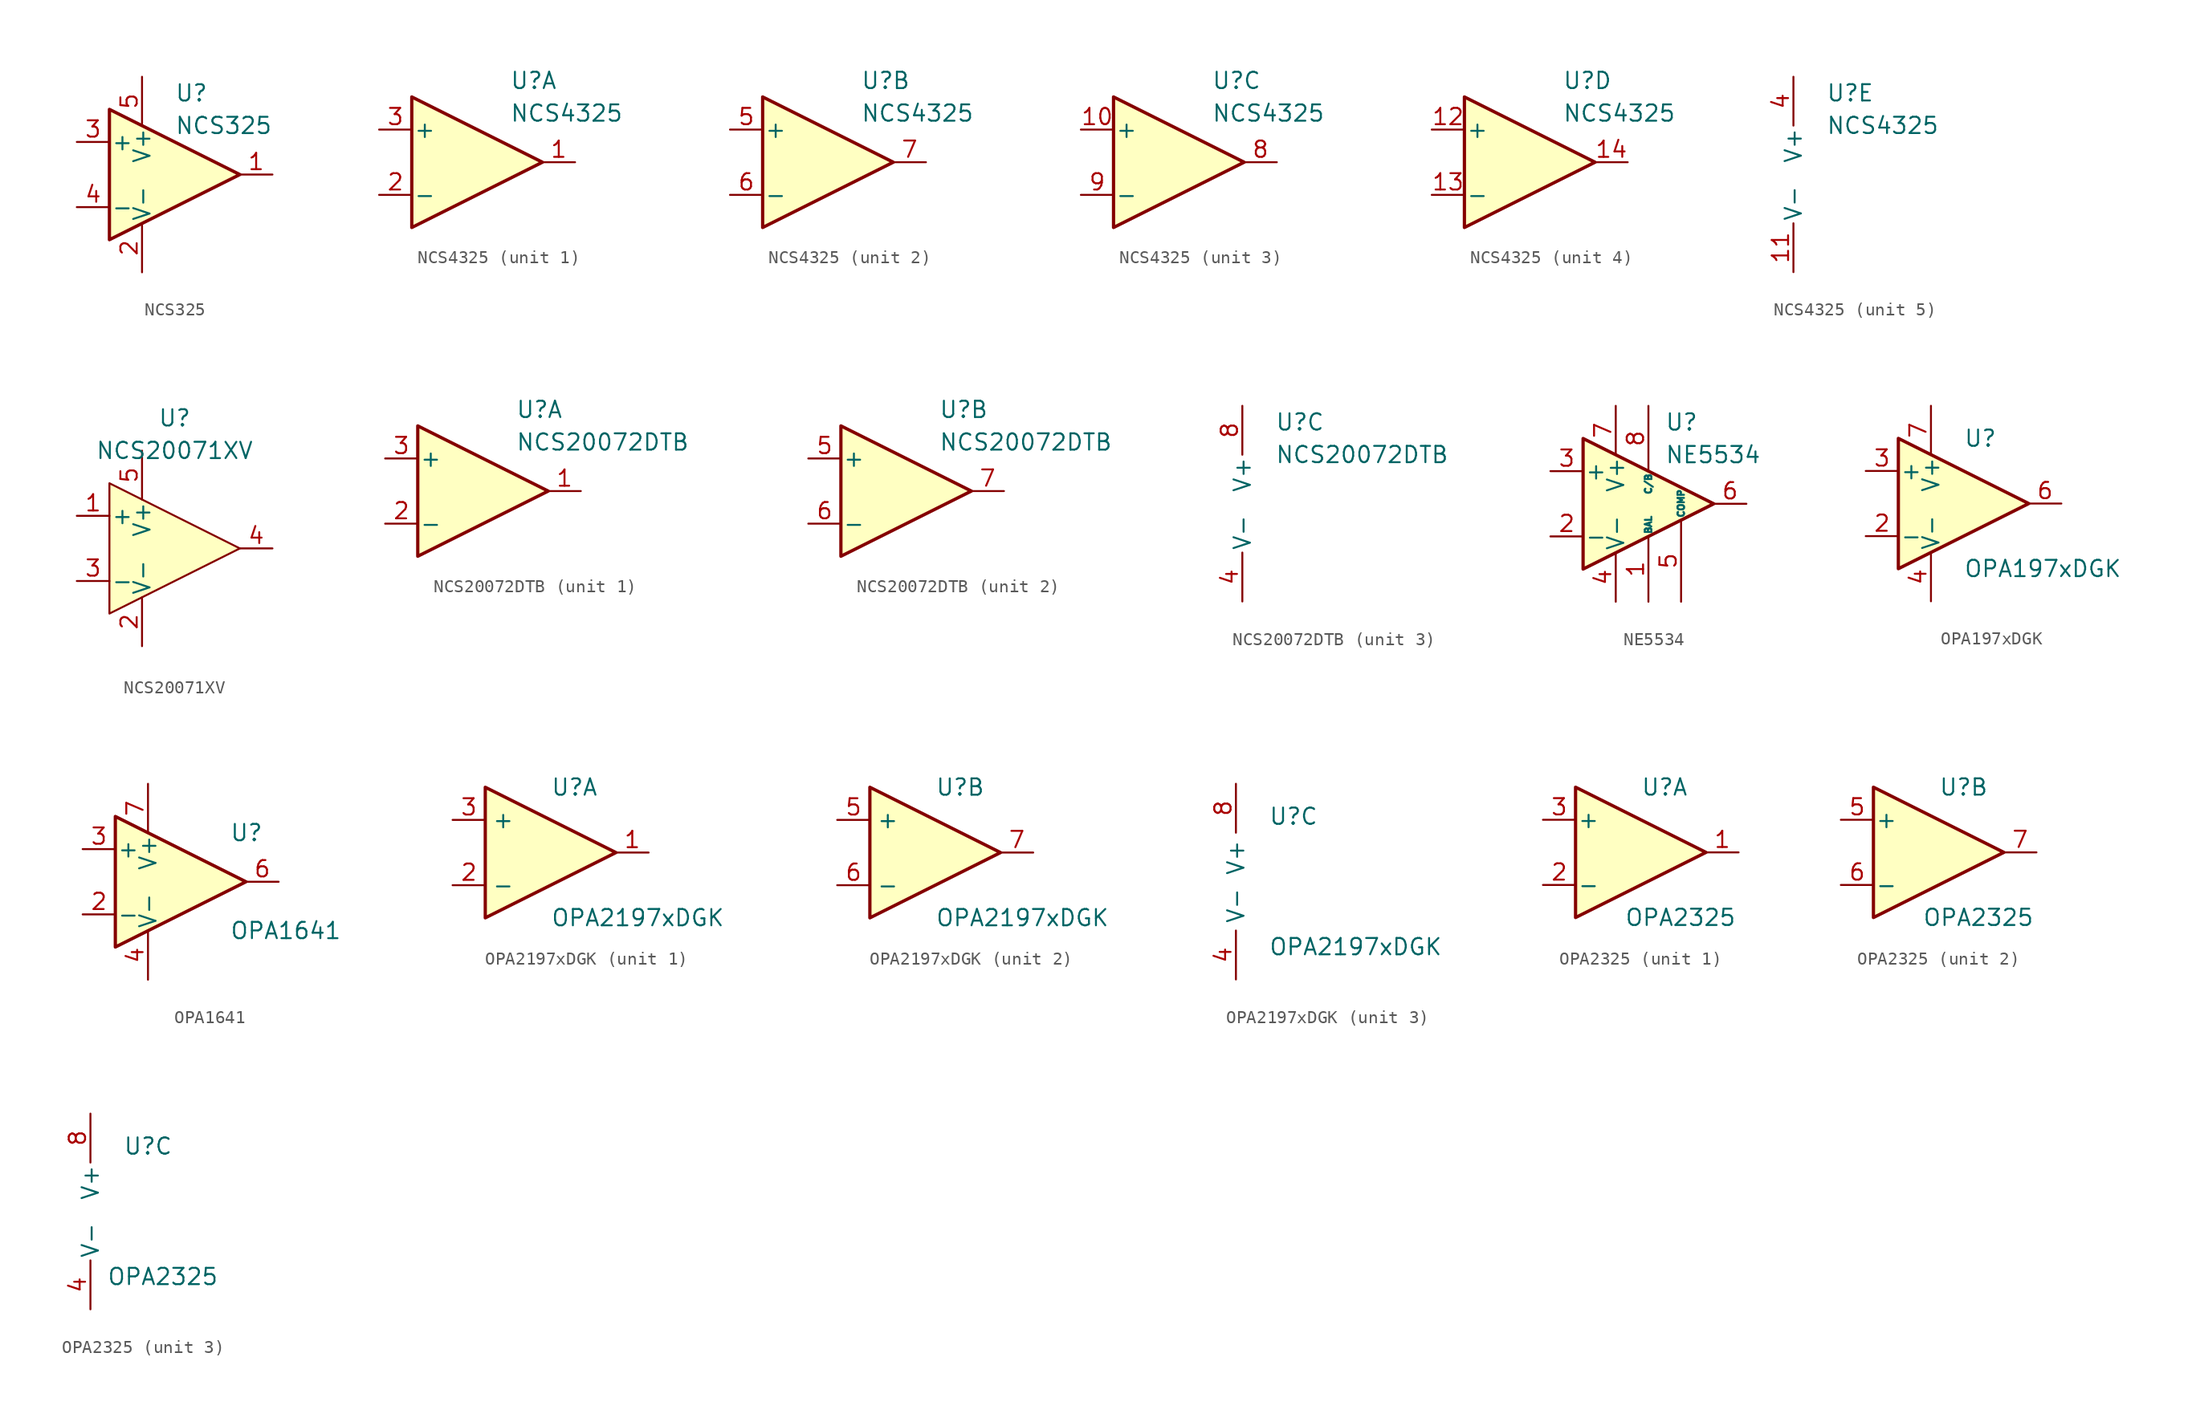
<source format=kicad_sym>
(kicad_symbol_lib
  (version 20211014)
  (generator kicad_symbol_editor)
  (symbol "NCS325"
    (pin_names
      (offset 0.127))
    (property "Reference" "U"
      (at 0 6.35 0)
      (effects (font (size 1.27 1.27)) (justify left)))
    (property "Value" "NCS325"
      (at 0 3.81 0)
      (effects (font (size 1.27 1.27)) (justify left)))
    (symbol "NCS325_0_1"
      (polyline (pts (xy -5.08 5.08) (xy 5.08 0) (xy -5.08 -5.08) (xy -5.08 5.08)) (stroke (width 0.254) (type default) (color 0 0 0 0)) (fill (type background))))
    (symbol "NCS325_1_1"
      (pin output line (at 7.62 0 180) (length 2.54) (name "~" (effects (font (size 1.27 1.27)))) (number "1" (effects (font (size 1.27 1.27)))))
      (pin power_in line (at -2.54 -7.62 90) (length 3.81) (name "V-" (effects (font (size 1.27 1.27)))) (number "2" (effects (font (size 1.27 1.27)))))
      (pin input line (at -7.62 2.54 0) (length 2.54) (name "+" (effects (font (size 1.27 1.27)))) (number "3" (effects (font (size 1.27 1.27)))))
      (pin input line (at -7.62 -2.54 0) (length 2.54) (name "-" (effects (font (size 1.27 1.27)))) (number "4" (effects (font (size 1.27 1.27)))))
      (pin power_in line (at -2.54 7.62 270) (length 3.81) (name "V+" (effects (font (size 1.27 1.27)))) (number "5" (effects (font (size 1.27 1.27)))))))
  (symbol "NCS4325"
    (pin_names
      (offset 0.127))
    (property "Reference" "U"
      (at 2.54 6.35 0)
      (effects (font (size 1.27 1.27)) (justify left)))
    (property "Value" "NCS4325"
      (at 2.54 3.81 0)
      (effects (font (size 1.27 1.27)) (justify left)))
    (property "ki_locked" ""
      (at 0 0 0)
      (effects (font (size 1.27 1.27))))
    (symbol "NCS4325_1_1"
      (polyline (pts (xy 5.08 0) (xy -5.08 5.08) (xy -5.08 -5.08) (xy 5.08 0)) (stroke (width 0.254) (type default) (color 0 0 0 0)) (fill (type background)))
      (pin output line (at 7.62 0 180) (length 2.54) (name "~" (effects (font (size 1.27 1.27)))) (number "1" (effects (font (size 1.27 1.27)))))
      (pin input line (at -7.62 -2.54 0) (length 2.54) (name "-" (effects (font (size 1.27 1.27)))) (number "2" (effects (font (size 1.27 1.27)))))
      (pin input line (at -7.62 2.54 0) (length 2.54) (name "+" (effects (font (size 1.27 1.27)))) (number "3" (effects (font (size 1.27 1.27))))))
    (symbol "NCS4325_2_1"
      (polyline (pts (xy -5.08 5.08) (xy -5.08 -5.08) (xy 5.08 0) (xy -5.08 5.08)) (stroke (width 0.254) (type default) (color 0 0 0 0)) (fill (type background)))
      (pin input line (at -7.62 2.54 0) (length 2.54) (name "+" (effects (font (size 1.27 1.27)))) (number "5" (effects (font (size 1.27 1.27)))))
      (pin input line (at -7.62 -2.54 0) (length 2.54) (name "-" (effects (font (size 1.27 1.27)))) (number "6" (effects (font (size 1.27 1.27)))))
      (pin output line (at 7.62 0 180) (length 2.54) (name "~" (effects (font (size 1.27 1.27)))) (number "7" (effects (font (size 1.27 1.27))))))
    (symbol "NCS4325_3_1"
      (polyline (pts (xy 5.08 0) (xy -5.08 5.08) (xy -5.08 -5.08) (xy 5.08 0)) (stroke (width 0.254) (type default) (color 0 0 0 0)) (fill (type background)))
      (pin input line (at -7.62 2.54 0) (length 2.54) (name "+" (effects (font (size 1.27 1.27)))) (number "10" (effects (font (size 1.27 1.27)))))
      (pin output line (at 7.62 0 180) (length 2.54) (name "~" (effects (font (size 1.27 1.27)))) (number "8" (effects (font (size 1.27 1.27)))))
      (pin input line (at -7.62 -2.54 0) (length 2.54) (name "-" (effects (font (size 1.27 1.27)))) (number "9" (effects (font (size 1.27 1.27))))))
    (symbol "NCS4325_4_1"
      (polyline (pts (xy -5.08 5.08) (xy 5.08 0) (xy -5.08 -5.08) (xy -5.08 5.08)) (stroke (width 0.254) (type default) (color 0 0 0 0)) (fill (type background)))
      (pin input line (at -7.62 2.54 0) (length 2.54) (name "+" (effects (font (size 1.27 1.27)))) (number "12" (effects (font (size 1.27 1.27)))))
      (pin input line (at -7.62 -2.54 0) (length 2.54) (name "-" (effects (font (size 1.27 1.27)))) (number "13" (effects (font (size 1.27 1.27)))))
      (pin output line (at 7.62 0 180) (length 2.54) (name "~" (effects (font (size 1.27 1.27)))) (number "14" (effects (font (size 1.27 1.27))))))
    (symbol "NCS4325_5_1"
      (pin power_in line (at 0 -7.62 90) (length 3.81) (name "V-" (effects (font (size 1.27 1.27)))) (number "11" (effects (font (size 1.27 1.27)))))
      (pin power_in line (at 0 7.62 270) (length 3.81) (name "V+" (effects (font (size 1.27 1.27)))) (number "4" (effects (font (size 1.27 1.27)))))))
  (symbol "NCS20071XV"
    (pin_names
      (offset 0.127))
    (property "Reference" "U"
      (at 0 10.16 0)
      (effects (font (size 1.27 1.27))))
    (property "Value" "NCS20071XV"
      (at 0 7.62 0)
      (effects (font (size 1.27 1.27))))
    (symbol "NCS20071XV_1_1"
      (polyline (pts (xy 5.08 0) (xy -5.08 5.08) (xy -5.08 -5.08) (xy 5.08 0)) (stroke (width 0) (type default) (color 0 0 0 0)) (fill (type background)))
      (pin input line (at -7.62 2.54 0) (length 2.54) (name "+" (effects (font (size 1.27 1.27)))) (number "1" (effects (font (size 1.27 1.27)))))
      (pin power_in line (at -2.54 -7.62 90) (length 3.81) (name "V-" (effects (font (size 1.27 1.27)))) (number "2" (effects (font (size 1.27 1.27)))))
      (pin input line (at -7.62 -2.54 0) (length 2.54) (name "-" (effects (font (size 1.27 1.27)))) (number "3" (effects (font (size 1.27 1.27)))))
      (pin output line (at 7.62 0 180) (length 2.54) (name "~" (effects (font (size 1.27 1.27)))) (number "4" (effects (font (size 1.27 1.27)))))
      (pin power_in line (at -2.54 7.62 270) (length 3.81) (name "V+" (effects (font (size 1.27 1.27)))) (number "5" (effects (font (size 1.27 1.27)))))))
  (symbol "NCS20072DTB"
    (pin_names
      (offset 0.127))
    (property "Reference" "U"
      (at 2.54 6.35 0)
      (effects (font (size 1.27 1.27)) (justify left)))
    (property "Value" "NCS20072DTB"
      (at 2.54 3.81 0)
      (effects (font (size 1.27 1.27)) (justify left)))
    (property "ki_locked" ""
      (at 0 0 0)
      (effects (font (size 1.27 1.27))))
    (symbol "NCS20072DTB_1_1"
      (polyline (pts (xy 5.08 0) (xy -5.08 5.08) (xy -5.08 -5.08) (xy 5.08 0)) (stroke (width 0.254) (type default) (color 0 0 0 0)) (fill (type background)))
      (pin output line (at 7.62 0 180) (length 2.54) (name "~" (effects (font (size 1.27 1.27)))) (number "1" (effects (font (size 1.27 1.27)))))
      (pin input line (at -7.62 -2.54 0) (length 2.54) (name "-" (effects (font (size 1.27 1.27)))) (number "2" (effects (font (size 1.27 1.27)))))
      (pin input line (at -7.62 2.54 0) (length 2.54) (name "+" (effects (font (size 1.27 1.27)))) (number "3" (effects (font (size 1.27 1.27))))))
    (symbol "NCS20072DTB_2_1"
      (polyline (pts (xy 5.08 0) (xy -5.08 5.08) (xy -5.08 -5.08) (xy 5.08 0)) (stroke (width 0.254) (type default) (color 0 0 0 0)) (fill (type background)))
      (pin input line (at -7.62 2.54 0) (length 2.54) (name "+" (effects (font (size 1.27 1.27)))) (number "5" (effects (font (size 1.27 1.27)))))
      (pin input line (at -7.62 -2.54 0) (length 2.54) (name "-" (effects (font (size 1.27 1.27)))) (number "6" (effects (font (size 1.27 1.27)))))
      (pin output line (at 7.62 0 180) (length 2.54) (name "~" (effects (font (size 1.27 1.27)))) (number "7" (effects (font (size 1.27 1.27))))))
    (symbol "NCS20072DTB_3_1"
      (pin power_in line (at 0 -7.62 90) (length 3.81) (name "V-" (effects (font (size 1.27 1.27)))) (number "4" (effects (font (size 1.27 1.27)))))
      (pin power_in line (at 0 7.62 270) (length 3.81) (name "V+" (effects (font (size 1.27 1.27)))) (number "8" (effects (font (size 1.27 1.27)))))))
  (symbol "NE5534"
    (pin_names
      (offset 0.127))
    (property "Reference" "U"
      (at 1.27 6.35 0)
      (effects (font (size 1.27 1.27)) (justify left)))
    (property "Value" "NE5534"
      (at 1.27 3.81 0)
      (effects (font (size 1.27 1.27)) (justify left)))
    (symbol "NE5534_0_1"
      (polyline (pts (xy -5.08 5.08) (xy 5.08 0) (xy -5.08 -5.08) (xy -5.08 5.08)) (stroke (width 0.254) (type default) (color 0 0 0 0)) (fill (type background))))
    (symbol "NE5534_1_1"
      (pin input line (at 0 -7.62 90) (length 5.08) (name "BAL" (effects (font (size 0.508 0.508)))) (number "1" (effects (font (size 1.27 1.27)))))
      (pin input line (at -7.62 -2.54 0) (length 2.54) (name "-" (effects (font (size 1.27 1.27)))) (number "2" (effects (font (size 1.27 1.27)))))
      (pin input line (at -7.62 2.54 0) (length 2.54) (name "+" (effects (font (size 1.27 1.27)))) (number "3" (effects (font (size 1.27 1.27)))))
      (pin power_in line (at -2.54 -7.62 90) (length 3.81) (name "V-" (effects (font (size 1.27 1.27)))) (number "4" (effects (font (size 1.27 1.27)))))
      (pin input line (at 2.54 -7.62 90) (length 6.35) (name "COMP" (effects (font (size 0.508 0.508)))) (number "5" (effects (font (size 1.27 1.27)))))
      (pin output line (at 7.62 0 180) (length 2.54) (name "~" (effects (font (size 1.27 1.27)))) (number "6" (effects (font (size 1.27 1.27)))))
      (pin power_in line (at -2.54 7.62 270) (length 3.81) (name "V+" (effects (font (size 1.27 1.27)))) (number "7" (effects (font (size 1.27 1.27)))))
      (pin input line (at 0 7.62 270) (length 5.08) (name "C/B" (effects (font (size 0.508 0.508)))) (number "8" (effects (font (size 1.27 1.27)))))))
  (symbol "OPA197xDGK"
    (pin_names
      (offset 0.127))
    (property "Reference" "U"
      (at 0 5.08 0)
      (effects (font (size 1.27 1.27)) (justify left)))
    (property "Value" "OPA197xDGK"
      (at 0 -5.08 0)
      (effects (font (size 1.27 1.27)) (justify left)))
    (symbol "OPA197xDGK_0_1"
      (polyline (pts (xy -5.08 5.08) (xy 5.08 0) (xy -5.08 -5.08) (xy -5.08 5.08)) (stroke (width 0.254) (type default) (color 0 0 0 0)) (fill (type background)))
      (pin no_connect line (at 2.54 0 270) (length 2.54) hide (name "NC" (effects (font (size 1.27 1.27)))) (number "1" (effects (font (size 1.27 1.27)))))
      (pin power_in line (at -2.54 -7.62 90) (length 3.81) (name "V-" (effects (font (size 1.27 1.27)))) (number "4" (effects (font (size 1.27 1.27)))))
      (pin no_connect line (at 0 2.54 270) (length 2.54) hide (name "NC" (effects (font (size 1.27 1.27)))) (number "5" (effects (font (size 1.27 1.27)))))
      (pin power_in line (at -2.54 7.62 270) (length 3.81) (name "V+" (effects (font (size 1.27 1.27)))) (number "7" (effects (font (size 1.27 1.27)))))
      (pin no_connect line (at 0 -2.54 90) (length 2.54) hide (name "NC" (effects (font (size 1.27 1.27)))) (number "8" (effects (font (size 1.27 1.27))))))
    (symbol "OPA197xDGK_1_1"
      (pin input line (at -7.62 -2.54 0) (length 2.54) (name "-" (effects (font (size 1.27 1.27)))) (number "2" (effects (font (size 1.27 1.27)))))
      (pin input line (at -7.62 2.54 0) (length 2.54) (name "+" (effects (font (size 1.27 1.27)))) (number "3" (effects (font (size 1.27 1.27)))))
      (pin output line (at 7.62 0 180) (length 2.54) (name "~" (effects (font (size 1.27 1.27)))) (number "6" (effects (font (size 1.27 1.27)))))))
  (symbol "OPA1641"
    (pin_names
      (offset 0.127))
    (property "Reference" "U"
      (at 3.81 3.81 0)
      (effects (font (size 1.27 1.27)) (justify left)))
    (property "Value" "OPA1641"
      (at 3.81 -3.81 0)
      (effects (font (size 1.27 1.27)) (justify left)))
    (symbol "OPA1641_0_1"
      (polyline (pts (xy 5.08 0) (xy -5.08 5.08) (xy -5.08 -5.08) (xy 5.08 0)) (stroke (width 0.254) (type default) (color 0 0 0 0)) (fill (type background))))
    (symbol "OPA1641_1_1"
      (pin no_connect line (at -2.54 -2.54 90) (length 2.54) hide (name "NC" (effects (font (size 1.27 1.27)))) (number "1" (effects (font (size 1.27 1.27)))))
      (pin input line (at -7.62 -2.54 0) (length 2.54) (name "-" (effects (font (size 1.27 1.27)))) (number "2" (effects (font (size 1.27 1.27)))))
      (pin input line (at -7.62 2.54 0) (length 2.54) (name "+" (effects (font (size 1.27 1.27)))) (number "3" (effects (font (size 1.27 1.27)))))
      (pin power_in line (at -2.54 -7.62 90) (length 3.81) (name "V-" (effects (font (size 1.27 1.27)))) (number "4" (effects (font (size 1.27 1.27)))))
      (pin no_connect line (at 0 -2.54 90) (length 2.54) hide (name "NC" (effects (font (size 1.27 1.27)))) (number "5" (effects (font (size 1.27 1.27)))))
      (pin output line (at 7.62 0 180) (length 2.54) (name "~" (effects (font (size 1.27 1.27)))) (number "6" (effects (font (size 1.27 1.27)))))
      (pin power_in line (at -2.54 7.62 270) (length 3.81) (name "V+" (effects (font (size 1.27 1.27)))) (number "7" (effects (font (size 1.27 1.27)))))
      (pin no_connect line (at -5.08 -2.54 90) (length 2.54) hide (name "NC" (effects (font (size 1.27 1.27)))) (number "8" (effects (font (size 1.27 1.27)))))))
  (symbol "OPA2197xDGK"
    (property "Reference" "U"
      (at 0 5.08 0)
      (effects (font (size 1.27 1.27)) (justify left)))
    (property "Value" "OPA2197xDGK"
      (at 0 -5.08 0)
      (effects (font (size 1.27 1.27)) (justify left)))
    (property "ki_locked" ""
      (at 0 0 0)
      (effects (font (size 1.27 1.27))))
    (symbol "OPA2197xDGK_1_1"
      (polyline (pts (xy -5.08 5.08) (xy 5.08 0) (xy -5.08 -5.08) (xy -5.08 5.08)) (stroke (width 0.254) (type default) (color 0 0 0 0)) (fill (type background)))
      (pin output line (at 7.62 0 180) (length 2.54) (name "~" (effects (font (size 1.27 1.27)))) (number "1" (effects (font (size 1.27 1.27)))))
      (pin input line (at -7.62 -2.54 0) (length 2.54) (name "-" (effects (font (size 1.27 1.27)))) (number "2" (effects (font (size 1.27 1.27)))))
      (pin input line (at -7.62 2.54 0) (length 2.54) (name "+" (effects (font (size 1.27 1.27)))) (number "3" (effects (font (size 1.27 1.27))))))
    (symbol "OPA2197xDGK_2_1"
      (polyline (pts (xy -5.08 5.08) (xy 5.08 0) (xy -5.08 -5.08) (xy -5.08 5.08)) (stroke (width 0.254) (type default) (color 0 0 0 0)) (fill (type background)))
      (pin input line (at -7.62 2.54 0) (length 2.54) (name "+" (effects (font (size 1.27 1.27)))) (number "5" (effects (font (size 1.27 1.27)))))
      (pin input line (at -7.62 -2.54 0) (length 2.54) (name "-" (effects (font (size 1.27 1.27)))) (number "6" (effects (font (size 1.27 1.27)))))
      (pin output line (at 7.62 0 180) (length 2.54) (name "~" (effects (font (size 1.27 1.27)))) (number "7" (effects (font (size 1.27 1.27))))))
    (symbol "OPA2197xDGK_3_1"
      (pin power_in line (at -2.54 -7.62 90) (length 3.81) (name "V-" (effects (font (size 1.27 1.27)))) (number "4" (effects (font (size 1.27 1.27)))))
      (pin power_in line (at -2.54 7.62 270) (length 3.81) (name "V+" (effects (font (size 1.27 1.27)))) (number "8" (effects (font (size 1.27 1.27)))))))
  (symbol "OPA2325"
    (pin_names
      (offset 0.127))
    (property "Reference" "U"
      (at 0 5.08 0)
      (effects (font (size 1.27 1.27)) (justify left)))
    (property "Value" "OPA2325"
      (at -1.27 -5.08 0)
      (effects (font (size 1.27 1.27)) (justify left)))
    (property "ki_locked" ""
      (at 0 0 0)
      (effects (font (size 1.27 1.27))))
    (symbol "OPA2325_1_1"
      (polyline (pts (xy -5.08 5.08) (xy 5.08 0) (xy -5.08 -5.08) (xy -5.08 5.08)) (stroke (width 0.254) (type default) (color 0 0 0 0)) (fill (type background)))
      (pin output line (at 7.62 0 180) (length 2.54) (name "~" (effects (font (size 1.27 1.27)))) (number "1" (effects (font (size 1.27 1.27)))))
      (pin input line (at -7.62 -2.54 0) (length 2.54) (name "-" (effects (font (size 1.27 1.27)))) (number "2" (effects (font (size 1.27 1.27)))))
      (pin input line (at -7.62 2.54 0) (length 2.54) (name "+" (effects (font (size 1.27 1.27)))) (number "3" (effects (font (size 1.27 1.27))))))
    (symbol "OPA2325_2_1"
      (polyline (pts (xy -5.08 5.08) (xy 5.08 0) (xy -5.08 -5.08) (xy -5.08 5.08)) (stroke (width 0.254) (type default) (color 0 0 0 0)) (fill (type background)))
      (pin input line (at -7.62 2.54 0) (length 2.54) (name "+" (effects (font (size 1.27 1.27)))) (number "5" (effects (font (size 1.27 1.27)))))
      (pin input line (at -7.62 -2.54 0) (length 2.54) (name "-" (effects (font (size 1.27 1.27)))) (number "6" (effects (font (size 1.27 1.27)))))
      (pin output line (at 7.62 0 180) (length 2.54) (name "~" (effects (font (size 1.27 1.27)))) (number "7" (effects (font (size 1.27 1.27))))))
    (symbol "OPA2325_3_1"
      (pin power_in line (at -2.54 -7.62 90) (length 3.81) (name "V-" (effects (font (size 1.27 1.27)))) (number "4" (effects (font (size 1.27 1.27)))))
      (pin power_in line (at -2.54 7.62 270) (length 3.81) (name "V+" (effects (font (size 1.27 1.27)))) (number "8" (effects (font (size 1.27 1.27))))))))
</source>
